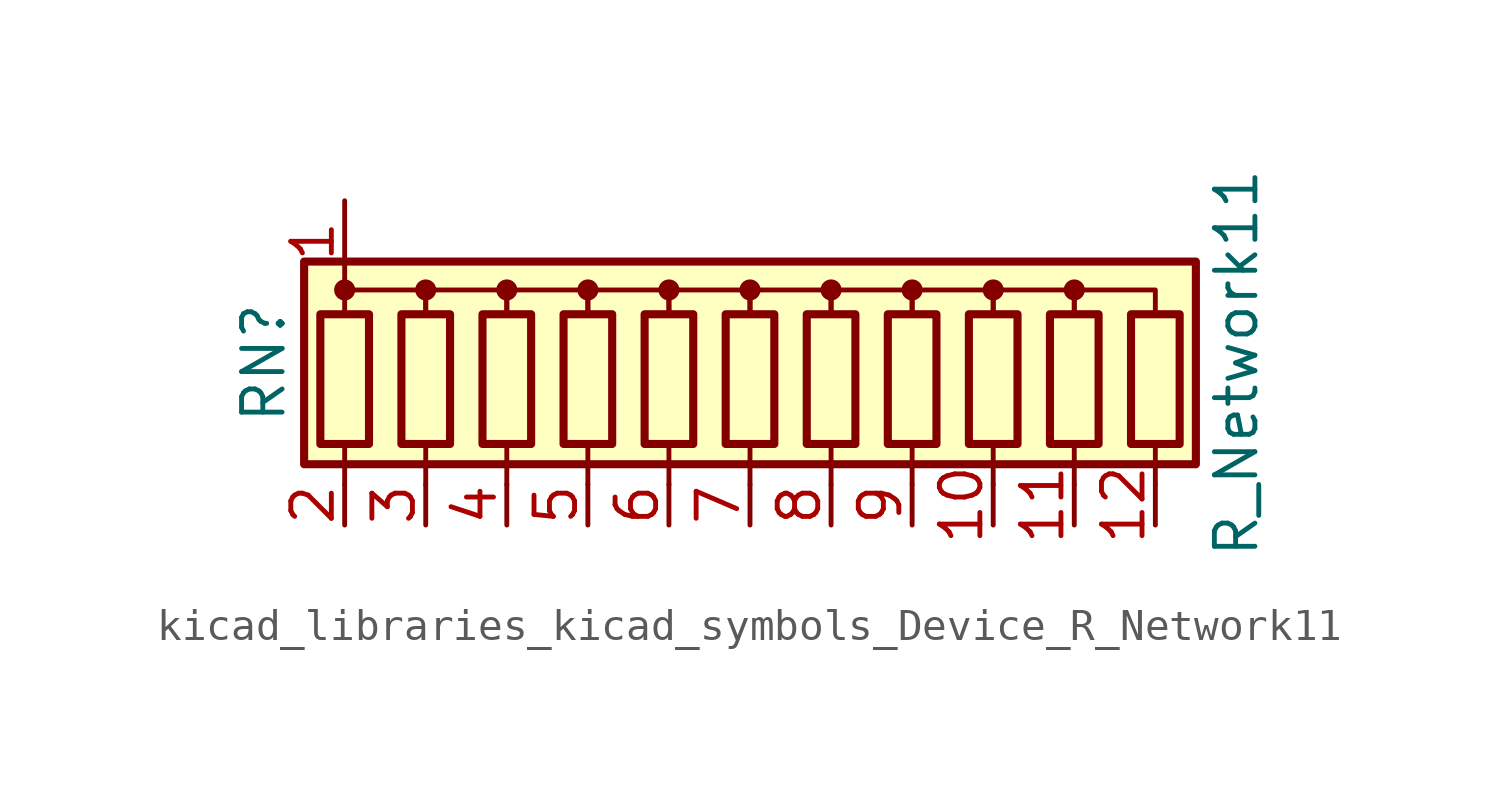
<source format=kicad_sym>
(kicad_symbol_lib
  (version 20220914)
  (generator kicad_symbol_editor)
  (symbol "kicad_libraries_kicad_symbols_Device_R_Network11"
    (pin_names
      (offset 0) hide)
    (property "Reference" "RN"
      (at -15.24 0 90)
      (effects (font (size 1.27 1.27))))
    (property "Value" "R_Network11"
      (at 15.24 0 90)
      (effects (font (size 1.27 1.27))))
    (symbol "kicad_libraries_kicad_symbols_Device_R_Network11_0_1"
      (rectangle (start -13.97 -3.175) (end 13.97 3.175) (stroke (width 0.254) (type default)) (fill (type background)))
      (rectangle (start -13.462 1.524) (end -11.938 -2.54) (stroke (width 0.254) (type default)) (fill (type none)))
      (circle (center -12.7 2.286) (radius 0.254) (stroke (width 0) (type default)) (fill (type outline)))
      (rectangle (start -10.922 1.524) (end -9.398 -2.54) (stroke (width 0.254) (type default)) (fill (type none)))
      (circle (center -10.16 2.286) (radius 0.254) (stroke (width 0) (type default)) (fill (type outline)))
      (rectangle (start -8.382 1.524) (end -6.858 -2.54) (stroke (width 0.254) (type default)) (fill (type none)))
      (circle (center -7.62 2.286) (radius 0.254) (stroke (width 0) (type default)) (fill (type outline)))
      (rectangle (start -5.842 1.524) (end -4.318 -2.54) (stroke (width 0.254) (type default)) (fill (type none)))
      (circle (center -5.08 2.286) (radius 0.254) (stroke (width 0) (type default)) (fill (type outline)))
      (rectangle (start -3.302 1.524) (end -1.778 -2.54) (stroke (width 0.254) (type default)) (fill (type none)))
      (circle (center -2.54 2.286) (radius 0.254) (stroke (width 0) (type default)) (fill (type outline)))
      (rectangle (start -0.762 1.524) (end 0.762 -2.54) (stroke (width 0.254) (type default)) (fill (type none)))
      (polyline (pts (xy -12.7 -2.54) (xy -12.7 -3.81)) (stroke (width 0) (type default)) (fill (type none)))
      (polyline (pts (xy -10.16 -2.54) (xy -10.16 -3.81)) (stroke (width 0) (type default)) (fill (type none)))
      (polyline (pts (xy -7.62 -2.54) (xy -7.62 -3.81)) (stroke (width 0) (type default)) (fill (type none)))
      (polyline (pts (xy -5.08 -2.54) (xy -5.08 -3.81)) (stroke (width 0) (type default)) (fill (type none)))
      (polyline (pts (xy -2.54 -2.54) (xy -2.54 -3.81)) (stroke (width 0) (type default)) (fill (type none)))
      (polyline (pts (xy 0 -2.54) (xy 0 -3.81)) (stroke (width 0) (type default)) (fill (type none)))
      (polyline (pts (xy 2.54 -2.54) (xy 2.54 -3.81)) (stroke (width 0) (type default)) (fill (type none)))
      (polyline (pts (xy 5.08 -2.54) (xy 5.08 -3.81)) (stroke (width 0) (type default)) (fill (type none)))
      (polyline (pts (xy 7.62 -2.54) (xy 7.62 -3.81)) (stroke (width 0) (type default)) (fill (type none)))
      (polyline (pts (xy 10.16 -2.54) (xy 10.16 -3.81)) (stroke (width 0) (type default)) (fill (type none)))
      (polyline (pts (xy 12.7 -2.54) (xy 12.7 -3.81)) (stroke (width 0) (type default)) (fill (type none)))
      (polyline (pts (xy -12.7 1.524) (xy -12.7 2.286) (xy -10.16 2.286) (xy -10.16 1.524)) (stroke (width 0) (type default)) (fill (type none)))
      (polyline (pts (xy -10.16 1.524) (xy -10.16 2.286) (xy -7.62 2.286) (xy -7.62 1.524)) (stroke (width 0) (type default)) (fill (type none)))
      (polyline (pts (xy -7.62 1.524) (xy -7.62 2.286) (xy -5.08 2.286) (xy -5.08 1.524)) (stroke (width 0) (type default)) (fill (type none)))
      (polyline (pts (xy -5.08 1.524) (xy -5.08 2.286) (xy -2.54 2.286) (xy -2.54 1.524)) (stroke (width 0) (type default)) (fill (type none)))
      (polyline (pts (xy -2.54 1.524) (xy -2.54 2.286) (xy 0 2.286) (xy 0 1.524)) (stroke (width 0) (type default)) (fill (type none)))
      (polyline (pts (xy 0 1.524) (xy 0 2.286) (xy 2.54 2.286) (xy 2.54 1.524)) (stroke (width 0) (type default)) (fill (type none)))
      (polyline (pts (xy 2.54 1.524) (xy 2.54 2.286) (xy 5.08 2.286) (xy 5.08 1.524)) (stroke (width 0) (type default)) (fill (type none)))
      (polyline (pts (xy 5.08 1.524) (xy 5.08 2.286) (xy 7.62 2.286) (xy 7.62 1.524)) (stroke (width 0) (type default)) (fill (type none)))
      (polyline (pts (xy 7.62 1.524) (xy 7.62 2.286) (xy 10.16 2.286) (xy 10.16 1.524)) (stroke (width 0) (type default)) (fill (type none)))
      (polyline (pts (xy 10.16 1.524) (xy 10.16 2.286) (xy 12.7 2.286) (xy 12.7 1.524)) (stroke (width 0) (type default)) (fill (type none)))
      (circle (center 0 2.286) (radius 0.254) (stroke (width 0) (type default)) (fill (type outline)))
      (rectangle (start 1.778 1.524) (end 3.302 -2.54) (stroke (width 0.254) (type default)) (fill (type none)))
      (circle (center 2.54 2.286) (radius 0.254) (stroke (width 0) (type default)) (fill (type outline)))
      (rectangle (start 4.318 1.524) (end 5.842 -2.54) (stroke (width 0.254) (type default)) (fill (type none)))
      (circle (center 5.08 2.286) (radius 0.254) (stroke (width 0) (type default)) (fill (type outline)))
      (rectangle (start 6.858 1.524) (end 8.382 -2.54) (stroke (width 0.254) (type default)) (fill (type none)))
      (circle (center 7.62 2.286) (radius 0.254) (stroke (width 0) (type default)) (fill (type outline)))
      (rectangle (start 9.398 1.524) (end 10.922 -2.54) (stroke (width 0.254) (type default)) (fill (type none)))
      (circle (center 10.16 2.286) (radius 0.254) (stroke (width 0) (type default)) (fill (type outline)))
      (rectangle (start 11.938 1.524) (end 13.462 -2.54) (stroke (width 0.254) (type default)) (fill (type none))))
    (symbol "kicad_libraries_kicad_symbols_Device_R_Network11_1_1"
      (pin passive line (at -12.7 5.08 270) (length 2.54) (name "common" (effects (font (size 1.27 1.27)))) (number "1" (effects (font (size 1.27 1.27)))))
      (pin passive line (at 7.62 -5.08 90) (length 1.27) (name "R9" (effects (font (size 1.27 1.27)))) (number "10" (effects (font (size 1.27 1.27)))))
      (pin passive line (at 10.16 -5.08 90) (length 1.27) (name "R10" (effects (font (size 1.27 1.27)))) (number "11" (effects (font (size 1.27 1.27)))))
      (pin passive line (at 12.7 -5.08 90) (length 1.27) (name "R11" (effects (font (size 1.27 1.27)))) (number "12" (effects (font (size 1.27 1.27)))))
      (pin passive line (at -12.7 -5.08 90) (length 1.27) (name "R1" (effects (font (size 1.27 1.27)))) (number "2" (effects (font (size 1.27 1.27)))))
      (pin passive line (at -10.16 -5.08 90) (length 1.27) (name "R2" (effects (font (size 1.27 1.27)))) (number "3" (effects (font (size 1.27 1.27)))))
      (pin passive line (at -7.62 -5.08 90) (length 1.27) (name "R3" (effects (font (size 1.27 1.27)))) (number "4" (effects (font (size 1.27 1.27)))))
      (pin passive line (at -5.08 -5.08 90) (length 1.27) (name "R4" (effects (font (size 1.27 1.27)))) (number "5" (effects (font (size 1.27 1.27)))))
      (pin passive line (at -2.54 -5.08 90) (length 1.27) (name "R5" (effects (font (size 1.27 1.27)))) (number "6" (effects (font (size 1.27 1.27)))))
      (pin passive line (at 0 -5.08 90) (length 1.27) (name "R6" (effects (font (size 1.27 1.27)))) (number "7" (effects (font (size 1.27 1.27)))))
      (pin passive line (at 2.54 -5.08 90) (length 1.27) (name "R7" (effects (font (size 1.27 1.27)))) (number "8" (effects (font (size 1.27 1.27)))))
      (pin passive line (at 5.08 -5.08 90) (length 1.27) (name "R8" (effects (font (size 1.27 1.27)))) (number "9" (effects (font (size 1.27 1.27))))))))
</source>
